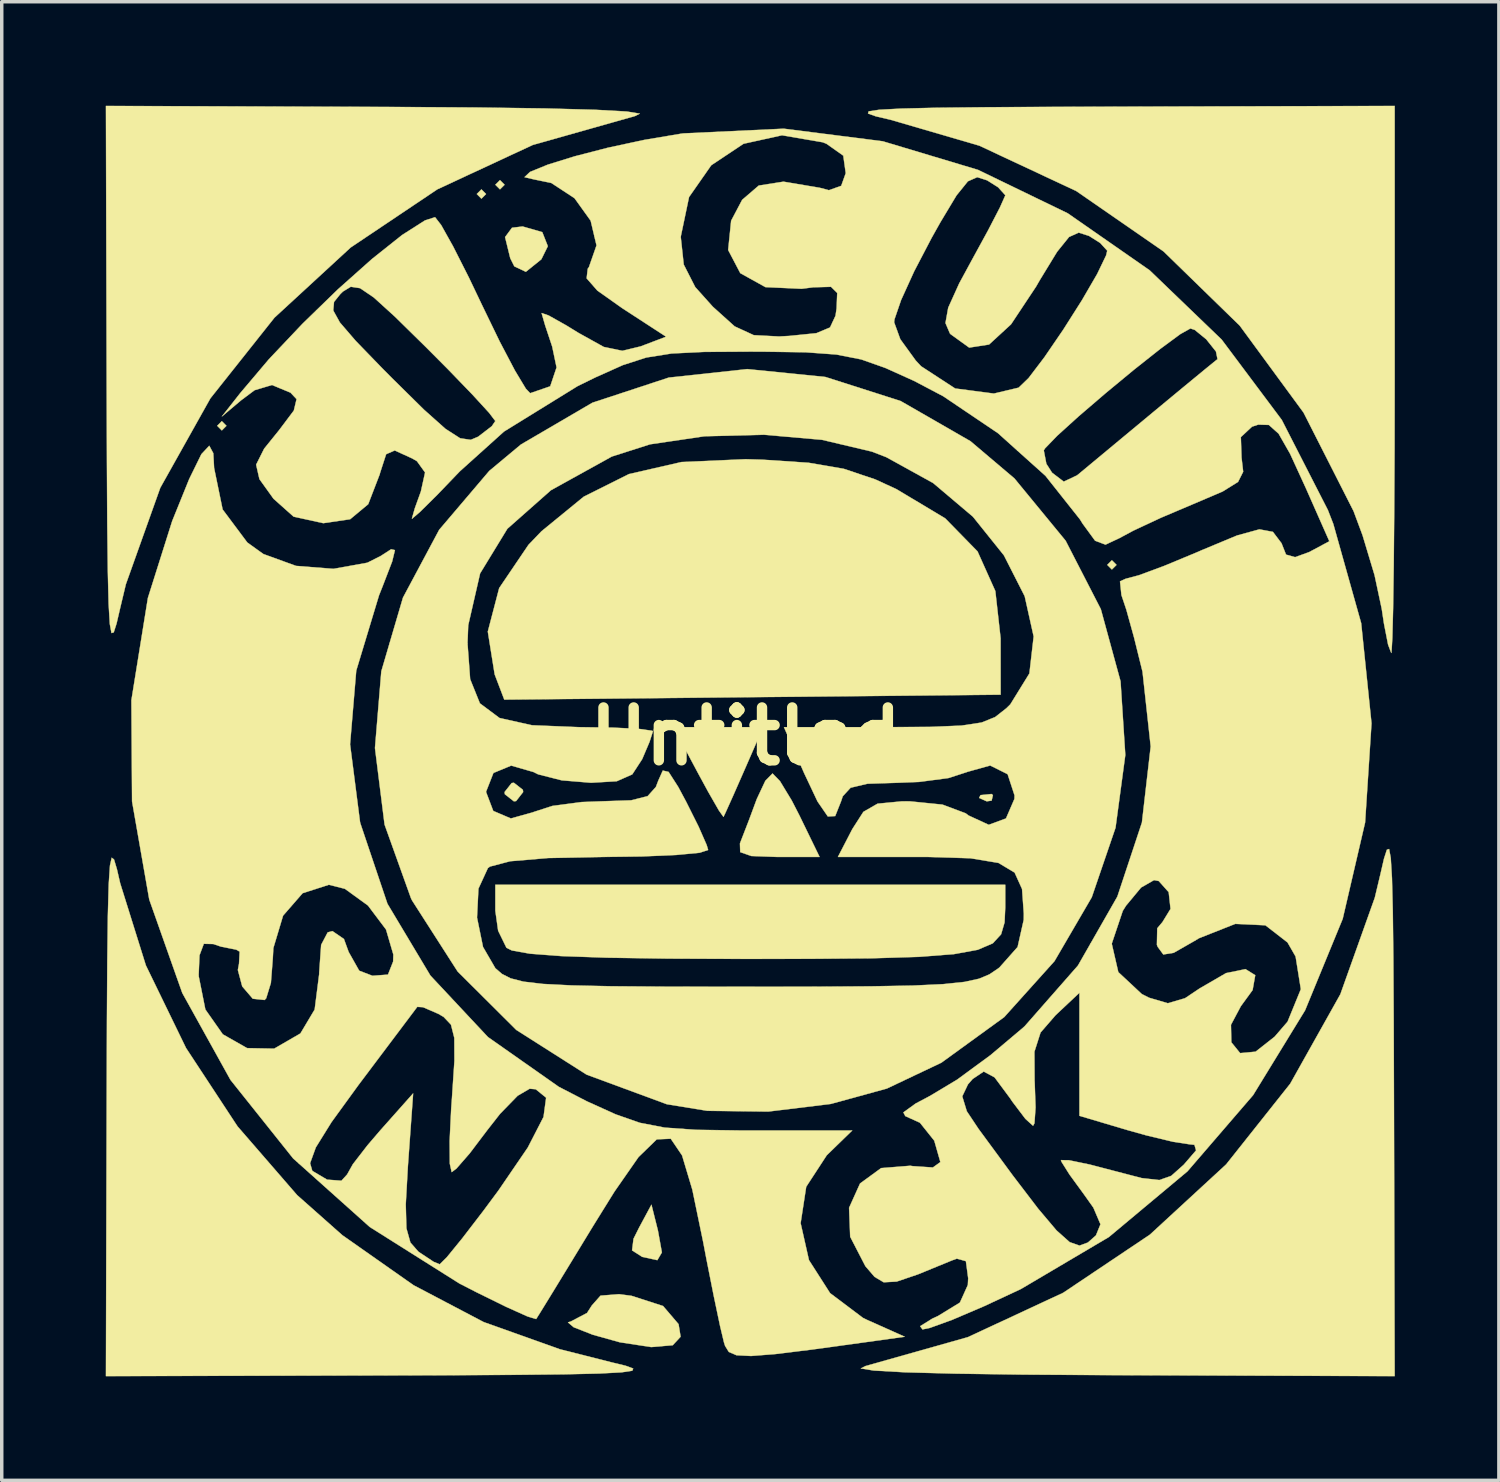
<source format=kicad_pcb>
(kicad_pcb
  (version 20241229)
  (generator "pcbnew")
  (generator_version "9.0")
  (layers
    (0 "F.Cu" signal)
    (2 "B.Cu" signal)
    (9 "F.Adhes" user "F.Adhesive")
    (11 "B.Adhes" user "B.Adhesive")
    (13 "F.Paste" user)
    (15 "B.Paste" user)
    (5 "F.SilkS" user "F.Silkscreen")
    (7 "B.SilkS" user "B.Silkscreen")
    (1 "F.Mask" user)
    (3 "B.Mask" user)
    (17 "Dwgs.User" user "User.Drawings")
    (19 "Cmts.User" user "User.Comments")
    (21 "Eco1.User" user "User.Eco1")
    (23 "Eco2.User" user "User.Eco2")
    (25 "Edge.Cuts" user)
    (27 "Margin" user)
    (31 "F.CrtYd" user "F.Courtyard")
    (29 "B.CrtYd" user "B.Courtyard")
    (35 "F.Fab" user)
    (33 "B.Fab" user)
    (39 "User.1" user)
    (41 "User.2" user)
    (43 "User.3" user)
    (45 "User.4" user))
  (footprint "Untitled"
    (layer "F.Cu")
    (at 18.453 18.186)
    (property "Reference" "Untitled" (at 0 0 0) (layer "F.SilkS") (effects (font (size 1.524 1.524) (thickness 0.3))))
    (attr through_hole)
    (fp_poly (pts (xy -14.973 -8.957) (xy -15.106 -8.823) (xy -15.24 -8.957) (xy -15.106 -9.091) (xy -14.973 -8.957)) (stroke (width 0.01) (type solid)) (fill yes) (layer "F.SilkS"))
    (fp_poly (pts (xy -7.486 -15.641) (xy -7.62 -15.507) (xy -7.754 -15.641) (xy -7.62 -15.775) (xy -7.486 -15.641)) (stroke (width 0.01) (type solid)) (fill yes) (layer "F.SilkS"))
    (fp_poly (pts (xy -6.952 -15.908) (xy -7.085 -15.775) (xy -7.219 -15.908) (xy -7.085 -16.042) (xy -6.952 -15.908)) (stroke (width 0.01) (type solid)) (fill yes) (layer "F.SilkS"))
    (fp_poly (pts (xy 10.695 -4.946) (xy 10.561 -4.813) (xy 10.427 -4.946) (xy 10.561 -5.08) (xy 10.695 -4.946)) (stroke (width 0.01) (type solid)) (fill yes) (layer "F.SilkS"))
    (fp_poly (pts (xy 7.13 1.693) (xy 7.093 1.852) (xy 6.952 1.872) (xy 6.732 1.774) (xy 6.773 1.693) (xy 7.091 1.661) (xy 7.13 1.693)) (stroke (width 0.01) (type solid)) (fill yes) (layer "F.SilkS"))
    (fp_poly (pts (xy -6.425 1.54) (xy -6.417 1.604) (xy -6.62 1.864) (xy -6.684 1.872) (xy -6.944 1.668) (xy -6.952 1.604) (xy -6.748 1.345) (xy -6.684 1.337) (xy -6.425 1.54)) (stroke (width 0.01) (type solid)) (fill yes) (layer "F.SilkS"))
    (fp_poly (pts (xy -5.865 -14.542) (xy -5.705 -14.137) (xy -5.892 -13.758) (xy -6.339 -13.398) (xy -6.671 -13.555) (xy -6.789 -13.791) (xy -6.938 -14.399) (xy -6.738 -14.668) (xy -6.433 -14.705) (xy -5.865 -14.542)) (stroke (width 0.01) (type solid)) (fill yes) (layer "F.SilkS"))
    (fp_poly (pts (xy -2.53 14.25) (xy -2.416 14.881) (xy -2.547 15.104) (xy -2.978 15.01) (xy -2.988 15.006) (xy -3.276 14.822) (xy -3.234 14.487) (xy -3.076 14.171) (xy -2.717 13.503) (xy -2.53 14.25)) (stroke (width 0.01) (type solid)) (fill yes) (layer "F.SilkS"))
    (fp_poly (pts (xy -0.05 1.003) (xy -0.369 1.728) (xy -0.586 2.21) (xy -0.64 2.321) (xy -0.773 2.134) (xy -1.079 1.601) (xy -1.378 1.051) (xy -2.081 -0.267) (xy 0.505 -0.267) (xy -0.05 1.003)) (stroke (width 0.01) (type solid)) (fill yes) (layer "F.SilkS"))
    (fp_poly (pts (xy 0.989 1.289) (xy 1.329 1.849) (xy 1.547 2.273) (xy 2.132 3.476) (xy 0.904 3.476) (xy 0.162 3.449) (xy -0.157 3.337) (xy -0.165 3.088) (xy -0.135 3.008) (xy 0.099 2.404) (xy 0.321 1.805) (xy 0.568 1.279) (xy 0.775 1.069) (xy 0.989 1.289)) (stroke (width 0.01) (type solid)) (fill yes) (layer "F.SilkS"))
    (fp_poly (pts (xy -3.292 16.132) (xy -2.382 16.426) (xy -1.935 16.949) (xy -1.876 17.312) (xy -2.103 17.557) (xy -2.722 17.61) (xy -3.628 17.472) (xy -4.412 17.253) (xy -4.96 17.038) (xy -5.125 16.898) (xy -5.042 16.872) (xy -4.575 16.627) (xy -4.435 16.409) (xy -4.185 16.127) (xy -3.65 16.085) (xy -3.292 16.132)) (stroke (width 0.01) (type solid)) (fill yes) (layer "F.SilkS"))
    (fp_poly (pts (xy 7.486 4.927) (xy 7.466 5.365) (xy 7.366 5.707) (xy 7.128 5.966) (xy 6.694 6.153) (xy 6.005 6.279) (xy 5.003 6.357) (xy 3.629 6.399) (xy 1.826 6.414) (xy 0.034 6.417) (xy -2.234 6.408) (xy -4.006 6.381) (xy -5.322 6.335) (xy -6.221 6.266) (xy -6.741 6.173) (xy -6.898 6.096) (xy -7.138 5.603) (xy -7.219 5.027) (xy -7.219 4.278) (xy 7.486 4.278) (xy 7.486 4.927)) (stroke (width 0.01) (type solid)) (fill yes) (layer "F.SilkS"))
    (fp_poly (pts (xy 0.482 -7.98) (xy 1.815 -7.891) (xy 2.829 -7.717) (xy 3.738 -7.411) (xy 4.347 -7.131) (xy 5.755 -6.287) (xy 6.687 -5.334) (xy 7.2 -4.191) (xy 7.352 -2.829) (xy 7.353 -1.203) (xy 0.196 -1.132) (xy -6.961 -1.061) (xy -7.238 -1.788) (xy -7.436 -3.023) (xy -7.108 -4.277) (xy -6.263 -5.525) (xy -5.888 -5.916) (xy -4.669 -6.913) (xy -3.365 -7.565) (xy -1.851 -7.912) (xy -0.001 -7.994) (xy 0.482 -7.98)) (stroke (width 0.01) (type solid)) (fill yes) (layer "F.SilkS"))
    (fp_poly (pts (xy -10.227 -18.152) (xy -7.732 -18.136) (xy -5.767 -18.109) (xy -4.331 -18.07) (xy -3.426 -18.02) (xy -3.053 -17.959) (xy -3.19 -17.89) (xy -6.14 -17.056) (xy -8.89 -15.777) (xy -11.39 -14.1) (xy -13.589 -12.075) (xy -15.436 -9.749) (xy -16.881 -7.17) (xy -17.874 -4.387) (xy -18.036 -3.708) (xy -18.141 -3.257) (xy -18.223 -3) (xy -18.288 -2.98) (xy -18.336 -3.239) (xy -18.371 -3.82) (xy -18.394 -4.767) (xy -18.41 -6.123) (xy -18.42 -7.929) (xy -18.427 -10.093) (xy -18.448 -18.181) (xy -10.227 -18.152)) (stroke (width 0.01) (type solid)) (fill yes) (layer "F.SilkS"))
    (fp_poly (pts (xy 18.603 3.506) (xy 18.638 4.088) (xy 18.662 5.035) (xy 18.678 6.39) (xy 18.688 8.196) (xy 18.695 10.361) (xy 18.716 18.448) (xy 10.494 18.419) (xy 8 18.404) (xy 6.034 18.376) (xy 4.598 18.338) (xy 3.693 18.287) (xy 3.32 18.226) (xy 3.457 18.157) (xy 6.408 17.324) (xy 9.158 16.044) (xy 11.657 14.368) (xy 13.856 12.342) (xy 15.703 10.016) (xy 17.149 7.437) (xy 18.142 4.654) (xy 18.304 3.976) (xy 18.408 3.525) (xy 18.491 3.268) (xy 18.555 3.247) (xy 18.603 3.506)) (stroke (width 0.01) (type solid)) (fill yes) (layer "F.SilkS"))
    (fp_poly (pts (xy -18.215 3.549) (xy -18.13 3.834) (xy -18.038 4.233) (xy -17.297 6.602) (xy -16.138 8.987) (xy -14.654 11.245) (xy -12.936 13.227) (xy -11.631 14.384) (xy -9.578 15.826) (xy -7.556 16.889) (xy -5.358 17.673) (xy -3.877 18.048) (xy -3.46 18.149) (xy -3.243 18.229) (xy -3.269 18.292) (xy -3.581 18.339) (xy -4.222 18.373) (xy -5.235 18.396) (xy -6.663 18.411) (xy -8.55 18.422) (xy -10.361 18.427) (xy -18.448 18.448) (xy -18.427 10.494) (xy -18.42 8.243) (xy -18.409 6.483) (xy -18.393 5.171) (xy -18.368 4.265) (xy -18.332 3.722) (xy -18.282 3.497) (xy -18.215 3.549)) (stroke (width 0.01) (type solid)) (fill yes) (layer "F.SilkS"))
    (fp_poly (pts (xy 18.716 -10.294) (xy 18.713 -8.302) (xy 18.703 -6.495) (xy 18.689 -4.938) (xy 18.671 -3.698) (xy 18.649 -2.841) (xy 18.625 -2.432) (xy 18.617 -2.406) (xy 18.526 -2.645) (xy 18.407 -3.252) (xy 18.343 -3.676) (xy 18.135 -4.653) (xy 17.79 -5.799) (xy 17.53 -6.498) (xy 16.088 -9.338) (xy 14.248 -11.845) (xy 12.051 -13.985) (xy 9.535 -15.726) (xy 6.739 -17.035) (xy 4.18 -17.782) (xy 3.753 -17.882) (xy 3.528 -17.963) (xy 3.547 -18.025) (xy 3.852 -18.071) (xy 4.488 -18.105) (xy 5.497 -18.129) (xy 6.921 -18.144) (xy 8.804 -18.154) (xy 10.628 -18.16) (xy 18.716 -18.181) (xy 18.716 -10.294)) (stroke (width 0.01) (type solid)) (fill yes) (layer "F.SilkS"))
    (fp_poly (pts (xy 2.3 -10.365) (xy 4.47 -9.671) (xy 6.483 -8.513) (xy 7.751 -7.439) (xy 9.227 -5.643) (xy 10.242 -3.67) (xy 10.811 -1.588) (xy 10.948 0.536) (xy 10.666 2.634) (xy 9.981 4.638) (xy 8.906 6.481) (xy 7.456 8.094) (xy 5.644 9.409) (xy 4.071 10.155) (xy 2.453 10.599) (xy 0.65 10.819) (xy -1.106 10.797) (xy -2.273 10.607) (xy -4.588 9.753) (xy -6.614 8.465) (xy -8.306 6.78) (xy -9.619 4.732) (xy -9.652 4.665) (xy -10.413 2.543) (xy -10.69 0.334) (xy -10.507 -1.877) (xy -10.27 -2.684) (xy -8.021 -2.684) (xy -7.945 -1.651) (xy -7.664 -0.953) (xy -7.097 -0.53) (xy -6.163 -0.322) (xy -4.813 -0.267) (xy -3.819 -0.253) (xy -3.071 -0.216) (xy -2.695 -0.163) (xy -2.674 -0.146) (xy -2.773 0.16) (xy -2.984 0.656) (xy -3.27 1.095) (xy -3.718 1.293) (xy -4.458 1.337) (xy -5.303 1.267) (xy -5.984 1.094) (xy -6.118 1.027) (xy -6.762 0.842) (xy -7.274 1.054) (xy -7.486 1.594) (xy -7.486 1.604) (xy -7.279 2.149) (xy -6.771 2.366) (xy -6.128 2.187) (xy -6.118 2.181) (xy -5.576 2.005) (xy -4.73 1.893) (xy -4.166 1.872) (xy -3.303 1.843) (xy -2.827 1.723) (xy -2.589 1.458) (xy -2.523 1.284) (xy -2.39 0.985) (xy -2.223 1.023) (xy -1.947 1.453) (xy -1.715 1.886) (xy -1.354 2.609) (xy -1.124 3.133) (xy -1.082 3.275) (xy -1.326 3.355) (xy -2 3.419) (xy -2.996 3.462) (xy -4.091 3.476) (xy -5.693 3.507) (xy -6.791 3.6) (xy -7.373 3.753) (xy -7.433 3.797) (xy -7.706 4.39) (xy -7.747 5.225) (xy -7.574 6.072) (xy -7.219 6.684) (xy -7.027 6.85) (xy -6.778 6.977) (xy -6.407 7.072) (xy -5.846 7.138) (xy -5.027 7.18) (xy -3.884 7.205) (xy -2.35 7.216) (xy -0.357 7.219) (xy -0.036 7.219) (xy 2.027 7.217) (xy 3.624 7.207) (xy 4.824 7.185) (xy 5.696 7.144) (xy 6.308 7.08) (xy 6.729 6.988) (xy 7.028 6.863) (xy 7.273 6.698) (xy 7.317 6.665) (xy 7.842 6.073) (xy 8.018 5.291) (xy 8.021 5.114) (xy 7.97 4.4) (xy 7.756 3.927) (xy 7.29 3.648) (xy 6.482 3.514) (xy 5.245 3.476) (xy 5.02 3.476) (xy 2.66 3.476) (xy 3.075 2.674) (xy 3.395 2.175) (xy 3.804 1.94) (xy 4.498 1.873) (xy 4.732 1.872) (xy 5.676 1.967) (xy 6.346 2.218) (xy 6.424 2.279) (xy 7.01 2.549) (xy 7.507 2.366) (xy 7.75 1.804) (xy 7.754 1.701) (xy 7.554 1.089) (xy 7.051 0.839) (xy 6.391 1.023) (xy 6.385 1.027) (xy 5.847 1.201) (xy 5 1.313) (xy 4.39 1.337) (xy 3.51 1.365) (xy 3.026 1.48) (xy 2.8 1.726) (xy 2.751 1.872) (xy 2.582 2.297) (xy 2.37 2.309) (xy 2.072 1.876) (xy 1.688 1.063) (xy 1.104 -0.267) (xy 4.04 -0.267) (xy 5.341 -0.275) (xy 6.224 -0.312) (xy 6.803 -0.4) (xy 7.196 -0.559) (xy 7.517 -0.811) (xy 7.632 -0.924) (xy 8.182 -1.815) (xy 8.305 -2.882) (xy 8.046 -4.044) (xy 7.447 -5.222) (xy 6.553 -6.336) (xy 5.407 -7.306) (xy 4.054 -8.053) (xy 3.639 -8.213) (xy 2.201 -8.553) (xy 0.528 -8.699) (xy -1.188 -8.655) (xy -2.758 -8.423) (xy -3.862 -8.07) (xy -5.616 -7.099) (xy -6.872 -5.988) (xy -7.658 -4.701) (xy -8.001 -3.204) (xy -8.021 -2.684) (xy -10.27 -2.684) (xy -9.882 -4.003) (xy -8.838 -5.958) (xy -7.394 -7.656) (xy -6.482 -8.417) (xy -4.419 -9.623) (xy -2.219 -10.347) (xy 0.046 -10.592) (xy 2.3 -10.365)) (stroke (width 0.01) (type solid)) (fill yes) (layer "F.SilkS"))
    (fp_poly (pts (xy -15.352 -8.166) (xy -15.329 -7.741) (xy -15.083 -6.544) (xy -14.371 -5.591) (xy -13.908 -5.259) (xy -12.966 -4.917) (xy -11.887 -4.832) (xy -10.911 -5.008) (xy -10.522 -5.204) (xy -10.224 -5.397) (xy -10.114 -5.372) (xy -10.194 -5.044) (xy -10.47 -4.327) (xy -10.573 -4.068) (xy -11.23 -1.896) (xy -11.408 0.228) (xy -11.121 2.465) (xy -11.111 2.508) (xy -10.33 4.827) (xy -9.092 6.896) (xy -7.432 8.67) (xy -5.389 10.105) (xy -4.578 10.524) (xy -3.749 10.899) (xy -3.055 11.142) (xy -2.337 11.281) (xy -1.436 11.345) (xy -0.194 11.363) (xy 0.134 11.363) (xy 3.075 11.363) (xy 2.339 12.078) (xy 1.746 12.987) (xy 1.585 14.037) (xy 1.825 15.102) (xy 2.435 16.055) (xy 3.385 16.77) (xy 3.514 16.832) (xy 4.587 17.312) (xy 3.43 17.473) (xy 1.92 17.681) (xy 0.856 17.812) (xy 0.156 17.867) (xy -0.264 17.846) (xy -0.486 17.75) (xy -0.593 17.577) (xy -0.625 17.477) (xy -0.739 16.999) (xy -0.918 16.147) (xy -1.132 15.07) (xy -1.227 14.572) (xy -1.538 13.071) (xy -1.834 12.083) (xy -2.16 11.602) (xy -2.564 11.62) (xy -3.09 12.131) (xy -3.785 13.129) (xy -4.391 14.105) (xy -5.025 15.146) (xy -5.55 16.006) (xy -5.909 16.59) (xy -6.042 16.802) (xy -6.291 16.727) (xy -6.903 16.452) (xy -7.769 16.026) (xy -8.254 15.777) (xy -10.84 14.147) (xy -12.895 12.308) (xy -12.561 12.308) (xy -12.497 12.529) (xy -12.07 12.782) (xy -11.657 12.813) (xy -11.493 12.633) (xy -11.327 12.336) (xy -10.904 11.789) (xy -10.539 11.363) (xy -9.589 10.294) (xy -9.741 12.403) (xy -9.802 13.496) (xy -9.783 14.185) (xy -9.668 14.596) (xy -9.441 14.855) (xy -9.425 14.868) (xy -8.997 15.152) (xy -8.823 15.223) (xy -8.619 15.021) (xy -8.176 14.478) (xy -7.568 13.686) (xy -7.125 13.089) (xy -6.284 11.858) (xy -5.829 10.974) (xy -5.754 10.419) (xy -6.054 10.175) (xy -6.229 10.16) (xy -6.576 10.363) (xy -7.083 10.884) (xy -7.458 11.363) (xy -7.958 12.024) (xy -8.339 12.461) (xy -8.478 12.566) (xy -8.532 12.321) (xy -8.537 11.669) (xy -8.492 10.737) (xy -8.47 10.432) (xy -8.399 9.359) (xy -8.402 8.694) (xy -8.498 8.313) (xy -8.708 8.091) (xy -8.855 8.004) (xy -9.304 7.809) (xy -9.47 7.799) (xy -9.648 8.036) (xy -10.077 8.606) (xy -10.685 9.414) (xy -11.168 10.056) (xy -11.943 11.123) (xy -12.396 11.853) (xy -12.561 12.308) (xy -12.895 12.308) (xy -13.047 12.173) (xy -14.856 9.906) (xy -16.246 7.4) (xy -16.422 6.904) (xy -15.775 6.904) (xy -15.581 7.875) (xy -15.078 8.591) (xy -14.378 8.989) (xy -13.597 9.004) (xy -12.85 8.572) (xy -12.834 8.556) (xy -12.429 7.876) (xy -12.299 6.856) (xy -12.299 6.818) (xy -12.242 6.011) (xy -12.053 5.651) (xy -11.916 5.615) (xy -11.585 5.842) (xy -11.449 6.216) (xy -11.144 6.757) (xy -10.762 6.903) (xy -10.315 6.869) (xy -10.166 6.493) (xy -10.16 6.29) (xy -10.371 5.569) (xy -10.892 4.877) (xy -11.557 4.395) (xy -12.019 4.278) (xy -12.776 4.521) (xy -13.34 5.169) (xy -13.62 6.103) (xy -13.636 6.401) (xy -13.691 7.108) (xy -13.827 7.553) (xy -13.873 7.601) (xy -14.213 7.565) (xy -14.518 7.209) (xy -14.644 6.736) (xy -14.61 6.554) (xy -14.592 6.207) (xy -14.692 6.149) (xy -15.131 6.062) (xy -15.352 5.987) (xy -15.626 5.981) (xy -15.75 6.313) (xy -15.775 6.904) (xy -16.422 6.904) (xy -17.199 4.704) (xy -17.695 1.873) (xy -17.714 -1.044) (xy -17.238 -3.994) (xy -16.538 -6.209) (xy -16.047 -7.422) (xy -15.695 -8.14) (xy -15.468 -8.382) (xy -15.352 -8.166)) (stroke (width 0.01) (type solid)) (fill yes) (layer "F.SilkS"))
    (fp_poly (pts (xy 3.952 -17.162) (xy 6.702 -16.337) (xy 9.288 -15.085) (xy 11.649 -13.442) (xy 13.726 -11.444) (xy 15.46 -9.127) (xy 16.79 -6.527) (xy 16.946 -6.126) (xy 17.75 -3.265) (xy 18.048 -0.377) (xy 17.863 2.484) (xy 17.217 5.261) (xy 16.132 7.9) (xy 14.633 10.346) (xy 12.74 12.543) (xy 10.476 14.436) (xy 7.944 15.932) (xy 6.876 16.431) (xy 5.956 16.824) (xy 5.31 17.058) (xy 5.099 17.101) (xy 5.032 17.008) (xy 5.383 16.789) (xy 5.548 16.713) (xy 6.178 16.327) (xy 6.407 15.819) (xy 6.417 15.625) (xy 6.351 15.132) (xy 6.09 15.06) (xy 5.949 15.111) (xy 4.969 15.513) (xy 4.356 15.721) (xy 3.981 15.742) (xy 3.718 15.586) (xy 3.452 15.277) (xy 3.014 14.429) (xy 2.982 13.594) (xy 3.298 12.893) (xy 3.906 12.449) (xy 4.75 12.381) (xy 4.805 12.391) (xy 5.399 12.431) (xy 5.615 12.275) (xy 5.439 11.658) (xy 5.026 11.141) (xy 4.603 10.949) (xy 4.548 10.843) (xy 4.903 10.586) (xy 5.292 10.38) (xy 6.246 10.38) (xy 6.377 10.81) (xy 6.713 11.315) (xy 7.703 12.661) (xy 8.436 13.621) (xy 8.964 14.246) (xy 9.343 14.584) (xy 9.627 14.684) (xy 9.869 14.595) (xy 10.101 14.39) (xy 10.232 14.069) (xy 10.027 13.589) (xy 9.754 13.204) (xy 9.339 12.635) (xy 9.108 12.267) (xy 9.091 12.219) (xy 9.323 12.222) (xy 9.926 12.347) (xy 10.573 12.516) (xy 11.42 12.737) (xy 11.929 12.794) (xy 12.273 12.672) (xy 12.628 12.356) (xy 12.638 12.346) (xy 12.989 11.938) (xy 12.941 11.777) (xy 12.808 11.764) (xy 12.329 11.691) (xy 11.55 11.504) (xy 11.011 11.353) (xy 9.625 10.941) (xy 9.625 7.393) (xy 8.936 8.041) (xy 8.504 8.539) (xy 8.327 9.093) (xy 8.332 9.933) (xy 8.334 9.959) (xy 8.36 10.699) (xy 8.328 11.156) (xy 8.288 11.229) (xy 8.067 11.029) (xy 7.695 10.538) (xy 7.62 10.427) (xy 7.179 9.833) (xy 6.865 9.664) (xy 6.547 9.878) (xy 6.411 10.033) (xy 6.246 10.38) (xy 5.292 10.38) (xy 5.315 10.368) (xy 6.1 9.897) (xy 7.06 9.192) (xy 7.997 8.402) (xy 8.051 8.352) (xy 9.582 6.608) (xy 9.943 5.977) (xy 10.557 5.977) (xy 10.746 6.797) (xy 11.424 7.43) (xy 11.633 7.536) (xy 12.174 7.695) (xy 12.67 7.55) (xy 13.096 7.265) (xy 13.853 6.826) (xy 14.413 6.711) (xy 14.695 6.886) (xy 14.619 7.315) (xy 14.28 7.78) (xy 13.995 8.316) (xy 14.006 8.821) (xy 14.259 9.133) (xy 14.702 9.092) (xy 14.71 9.088) (xy 15.255 8.659) (xy 15.627 8.227) (xy 16.01 7.29) (xy 15.859 6.348) (xy 15.626 5.942) (xy 14.988 5.447) (xy 14.119 5.406) (xy 13.074 5.819) (xy 12.932 5.904) (xy 12.344 6.24) (xy 12.044 6.289) (xy 11.881 6.067) (xy 11.859 6.011) (xy 11.869 5.533) (xy 12.019 5.355) (xy 12.252 4.974) (xy 12.199 4.492) (xy 11.912 4.17) (xy 11.776 4.144) (xy 11.404 4.357) (xy 10.968 4.882) (xy 10.875 5.031) (xy 10.557 5.977) (xy 9.943 5.977) (xy 10.718 4.621) (xy 11.427 2.484) (xy 11.68 0.29) (xy 11.444 -1.868) (xy 11.439 -1.887) (xy 11.2 -2.852) (xy 10.978 -3.653) (xy 10.836 -4.077) (xy 10.795 -4.472) (xy 10.956 -4.545) (xy 11.34 -4.647) (xy 12.066 -4.916) (xy 12.989 -5.299) (xy 13.159 -5.373) (xy 14.17 -5.794) (xy 14.815 -5.971) (xy 15.205 -5.898) (xy 15.453 -5.57) (xy 15.583 -5.242) (xy 15.845 -5.169) (xy 16.249 -5.315) (xy 16.832 -5.627) (xy 16.155 -7.158) (xy 15.7 -8.15) (xy 15.369 -8.73) (xy 15.087 -8.982) (xy 14.782 -8.991) (xy 14.602 -8.932) (xy 14.28 -8.631) (xy 14.3 -8.04) (xy 14.347 -7.632) (xy 14.199 -7.339) (xy 13.754 -7.062) (xy 12.91 -6.702) (xy 11.981 -6.308) (xy 11.178 -5.933) (xy 10.78 -5.719) (xy 10.377 -5.53) (xy 10.077 -5.643) (xy 9.715 -6.138) (xy 9.642 -6.257) (xy 8.645 -7.515) (xy 7.827 -8.249) (xy 8.597 -8.249) (xy 8.671 -7.862) (xy 8.836 -7.604) (xy 9.173 -7.347) (xy 9.556 -7.528) (xy 9.597 -7.561) (xy 9.997 -7.893) (xy 10.679 -8.46) (xy 11.516 -9.155) (xy 11.764 -9.361) (xy 12.568 -10.027) (xy 13.201 -10.549) (xy 13.563 -10.844) (xy 13.607 -10.877) (xy 13.562 -11.101) (xy 13.282 -11.452) (xy 12.95 -11.723) (xy 12.825 -11.764) (xy 12.534 -11.601) (xy 11.955 -11.174) (xy 11.2 -10.576) (xy 10.379 -9.897) (xy 9.604 -9.232) (xy 8.986 -8.672) (xy 8.635 -8.309) (xy 8.597 -8.249) (xy 7.827 -8.249) (xy 7.278 -8.743) (xy 5.696 -9.81) (xy 4.861 -10.25) (xy 4.028 -10.626) (xy 3.334 -10.871) (xy 2.619 -11.012) (xy 1.726 -11.077) (xy 0.496 -11.095) (xy 0.121 -11.096) (xy -1.195 -11.088) (xy -2.136 -11.042) (xy -2.865 -10.926) (xy -3.541 -10.708) (xy -4.327 -10.356) (xy -4.846 -10.102) (xy -6.968 -8.792) (xy -8.242 -7.645) (xy -8.899 -6.961) (xy -9.388 -6.477) (xy -9.618 -6.279) (xy -9.625 -6.282) (xy -9.541 -6.578) (xy -9.366 -7.063) (xy -9.245 -7.611) (xy -9.479 -7.936) (xy -9.616 -8.016) (xy -10.12 -8.246) (xy -10.368 -8.138) (xy -10.542 -7.602) (xy -10.554 -7.555) (xy -10.885 -6.696) (xy -11.405 -6.263) (xy -12.179 -6.149) (xy -13.036 -6.337) (xy -13.616 -6.854) (xy -14.022 -7.42) (xy -14.117 -7.836) (xy -13.885 -8.298) (xy -13.458 -8.827) (xy -13.03 -9.396) (xy -12.951 -9.726) (xy -13.124 -9.912) (xy -13.659 -10.134) (xy -14.161 -9.984) (xy -14.551 -9.692) (xy -15.106 -9.224) (xy -14.581 -9.893) (xy -13.75 -10.875) (xy -12.78 -11.9) (xy -12.386 -12.283) (xy -11.893 -12.283) (xy -11.702 -11.937) (xy -11.246 -11.407) (xy -10.474 -10.61) (xy -10.18 -10.314) (xy -9.277 -9.423) (xy -8.656 -8.869) (xy -8.234 -8.598) (xy -7.929 -8.552) (xy -7.715 -8.642) (xy -7.32 -8.946) (xy -7.219 -9.095) (xy -7.397 -9.33) (xy -7.878 -9.855) (xy -8.584 -10.586) (xy -9.223 -11.228) (xy -10.119 -12.108) (xy -10.723 -12.657) (xy -11.119 -12.926) (xy -11.387 -12.967) (xy -11.611 -12.831) (xy -11.688 -12.757) (xy -11.871 -12.529) (xy -11.893 -12.283) (xy -12.386 -12.283) (xy -11.759 -12.892) (xy -10.772 -13.771) (xy -9.906 -14.46) (xy -9.247 -14.88) (xy -8.957 -14.973) (xy -8.781 -14.746) (xy -8.438 -14.133) (xy -7.983 -13.235) (xy -7.6 -12.433) (xy -7.093 -11.387) (xy -6.654 -10.551) (xy -6.338 -10.026) (xy -6.214 -9.897) (xy -5.636 -10.096) (xy -5.453 -10.64) (xy -5.579 -11.241) (xy -5.782 -11.851) (xy -5.881 -12.194) (xy -5.882 -12.209) (xy -5.681 -12.138) (xy -5.17 -11.851) (xy -4.822 -11.637) (xy -4.091 -11.231) (xy -3.555 -11.12) (xy -3.029 -11.247) (xy -2.294 -11.526) (xy -3.558 -12.348) (xy -4.277 -12.857) (xy -4.586 -13.209) (xy -4.554 -13.487) (xy -4.52 -13.533) (xy -4.301 -14.16) (xy -4.36 -14.407) (xy -1.872 -14.407) (xy -1.786 -13.607) (xy -1.455 -12.958) (xy -0.947 -12.391) (xy -0.317 -11.824) (xy 0.233 -11.571) (xy 0.962 -11.533) (xy 1.258 -11.549) (xy 2.039 -11.628) (xy 2.433 -11.793) (xy 2.504 -11.944) (xy 4.281 -11.944) (xy 4.459 -11.454) (xy 4.904 -10.84) (xy 5.059 -10.674) (xy 6.042 -10.033) (xy 7.157 -9.887) (xy 7.872 -10.057) (xy 8.157 -10.332) (xy 8.616 -10.936) (xy 9.158 -11.729) (xy 9.695 -12.575) (xy 10.137 -13.336) (xy 10.395 -13.872) (xy 10.427 -14.007) (xy 10.222 -14.231) (xy 9.902 -14.433) (xy 9.604 -14.528) (xy 9.325 -14.402) (xy 8.981 -13.975) (xy 8.488 -13.168) (xy 8.375 -12.972) (xy 7.652 -11.883) (xy 7.019 -11.301) (xy 6.446 -11.212) (xy 5.907 -11.601) (xy 5.888 -11.624) (xy 5.762 -11.921) (xy 5.841 -12.363) (xy 6.158 -13.064) (xy 6.524 -13.739) (xy 6.99 -14.592) (xy 7.332 -15.253) (xy 7.484 -15.594) (xy 7.486 -15.608) (xy 7.281 -15.835) (xy 6.963 -16.036) (xy 6.678 -16.127) (xy 6.409 -16.008) (xy 6.081 -15.602) (xy 5.617 -14.83) (xy 5.362 -14.375) (xy 4.86 -13.414) (xy 4.482 -12.583) (xy 4.292 -12.029) (xy 4.281 -11.944) (xy 2.504 -11.944) (xy 2.591 -12.131) (xy 2.622 -12.342) (xy 2.64 -12.788) (xy 2.461 -12.965) (xy 1.948 -12.951) (xy 1.614 -12.908) (xy 0.571 -12.956) (xy -0.155 -13.359) (xy -0.505 -14.027) (xy -0.419 -14.871) (xy -0.101 -15.473) (xy 0.378 -15.885) (xy 1.091 -15.997) (xy 2.14 -15.82) (xy 2.4 -15.751) (xy 2.755 -15.877) (xy 2.886 -16.242) (xy 2.815 -16.748) (xy 2.332 -17.089) (xy 2.224 -17.133) (xy 1.048 -17.335) (xy -0.062 -17.09) (xy -0.992 -16.471) (xy -1.633 -15.553) (xy -1.872 -14.41) (xy -1.872 -14.407) (xy -4.36 -14.407) (xy -4.47 -14.872) (xy -4.936 -15.521) (xy -5.606 -15.96) (xy -6.102 -16.062) (xy -6.379 -16.127) (xy -6.219 -16.278) (xy -5.708 -16.487) (xy -4.932 -16.728) (xy -3.977 -16.975) (xy -2.927 -17.201) (xy -1.871 -17.379) (xy -1.801 -17.389) (xy 1.098 -17.525) (xy 3.952 -17.162)) (stroke (width 0.01) (type solid)) (fill yes) (layer "F.SilkS")))
  (gr_rect
    (start -3 -3)
    (end 40.174 39.639)
    (stroke (width 0.1) (type default))
    (fill no)
    (layer "Edge.Cuts")))
</source>
